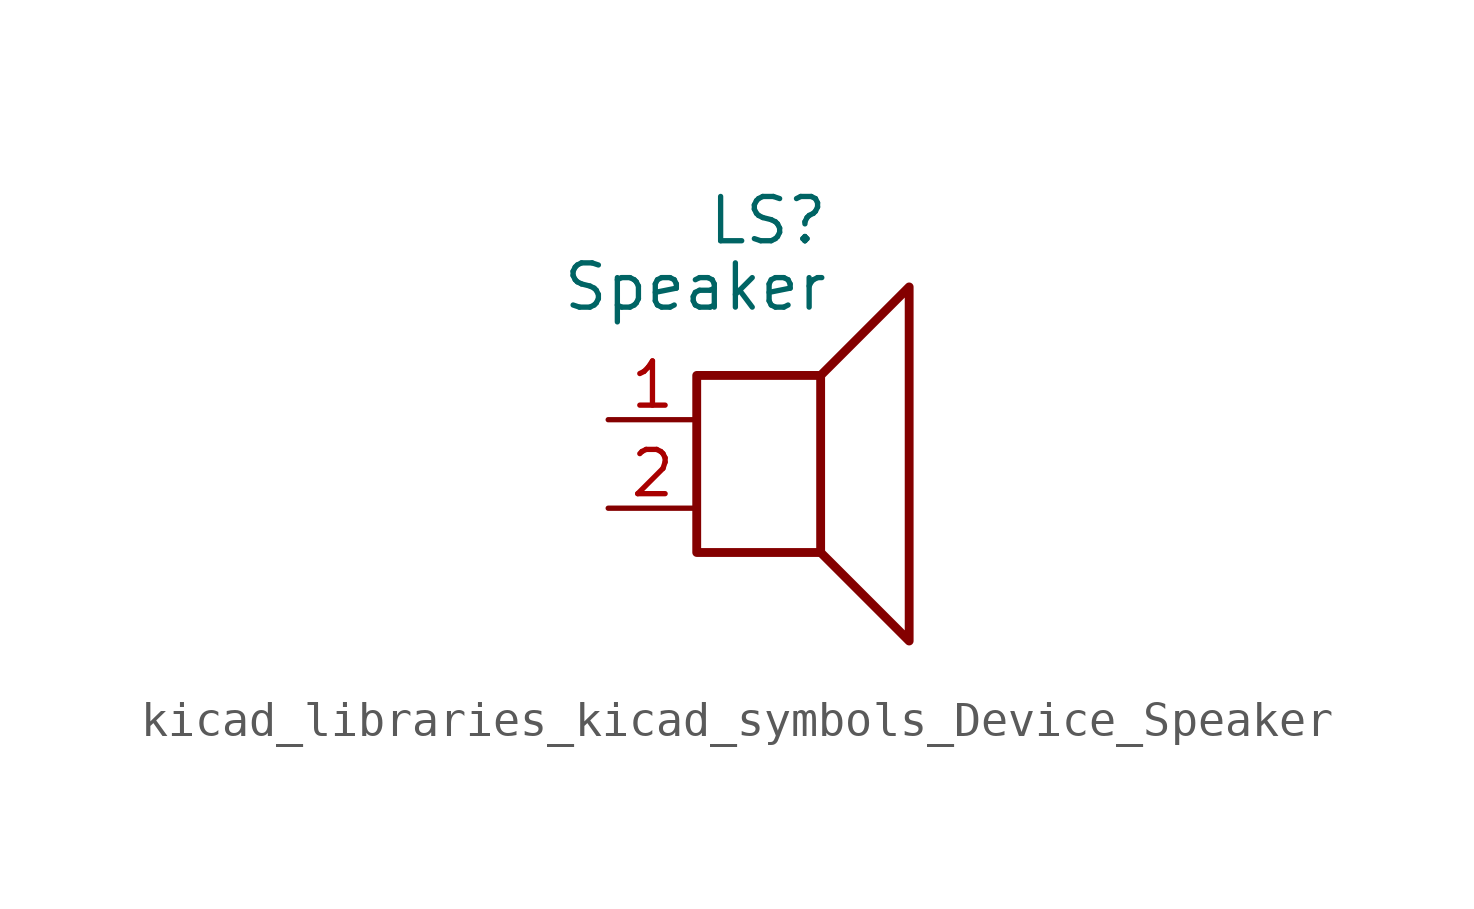
<source format=kicad_sym>
(kicad_symbol_lib
  (version 20220914)
  (generator kicad_symbol_editor)
  (symbol "kicad_libraries_kicad_symbols_Device_Speaker"
    (pin_names
      (offset 0) hide)
    (property "Reference" "LS"
      (at 1.27 5.715 0)
      (effects (font (size 1.27 1.27)) (justify right)))
    (property "Value" "Speaker"
      (at 1.27 3.81 0)
      (effects (font (size 1.27 1.27)) (justify right)))
    (symbol "kicad_libraries_kicad_symbols_Device_Speaker_0_0"
      (rectangle (start -2.54 1.27) (end 1.016 -3.81) (stroke (width 0.254) (type default)) (fill (type none)))
      (polyline (pts (xy 1.016 1.27) (xy 3.556 3.81) (xy 3.556 -6.35) (xy 1.016 -3.81)) (stroke (width 0.254) (type default)) (fill (type none))))
    (symbol "kicad_libraries_kicad_symbols_Device_Speaker_1_1"
      (pin input line (at -5.08 0 0) (length 2.54) (name "1" (effects (font (size 1.27 1.27)))) (number "1" (effects (font (size 1.27 1.27)))))
      (pin input line (at -5.08 -2.54 0) (length 2.54) (name "2" (effects (font (size 1.27 1.27)))) (number "2" (effects (font (size 1.27 1.27))))))))
</source>
